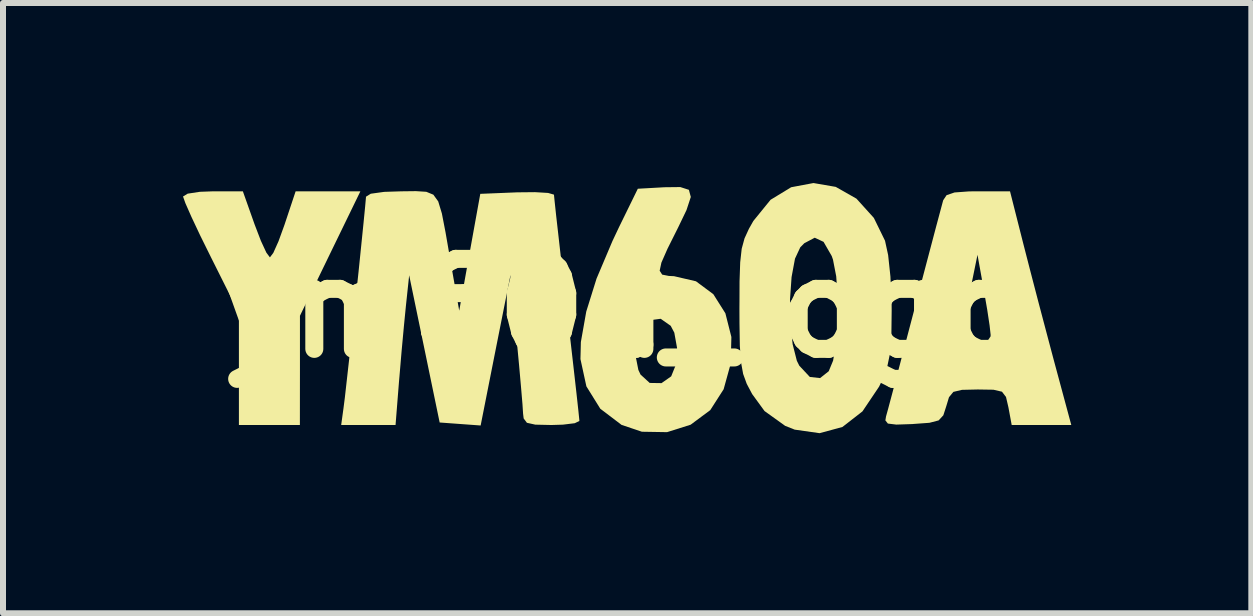
<source format=kicad_pcb>
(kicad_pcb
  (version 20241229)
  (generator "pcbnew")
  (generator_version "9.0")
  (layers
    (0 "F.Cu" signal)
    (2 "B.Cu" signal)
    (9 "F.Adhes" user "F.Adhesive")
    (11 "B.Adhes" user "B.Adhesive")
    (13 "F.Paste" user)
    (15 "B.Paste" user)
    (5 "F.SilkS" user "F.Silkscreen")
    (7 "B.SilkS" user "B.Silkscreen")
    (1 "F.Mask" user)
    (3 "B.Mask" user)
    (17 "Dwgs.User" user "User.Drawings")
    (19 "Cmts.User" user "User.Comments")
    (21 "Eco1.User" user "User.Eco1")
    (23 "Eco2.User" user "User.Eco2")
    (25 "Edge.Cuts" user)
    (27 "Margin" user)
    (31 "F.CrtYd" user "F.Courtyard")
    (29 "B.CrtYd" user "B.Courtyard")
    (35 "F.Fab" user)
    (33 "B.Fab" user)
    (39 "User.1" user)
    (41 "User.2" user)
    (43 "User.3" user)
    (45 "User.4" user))
  (footprint "ym60a_logo"
    (layer "F.Cu")
    (at 7.366 2.085)
    (property "Reference" "ym60a_logo" (at 0 0 0) (layer "F.SilkS") (effects (font (size 1.5 1.5) (thickness 0.3))))
    (attr board_only exclude_from_pos_files exclude_from_bom)
    (fp_poly (pts (xy -6.174 -1.397) (xy -6.069 -1.123) (xy -5.978 -0.926) (xy -5.919 -0.847) (xy -5.918 -0.847) (xy -5.862 -0.921) (xy -5.775 -1.115) (xy -5.676 -1.388) (xy -5.673 -1.397) (xy -5.49 -1.947) (xy -4.95 -1.947) (xy -4.411 -1.947) (xy -4.915 -0.91) (xy -5.418 0.127) (xy -5.418 1.037) (xy -5.419 1.947) (xy -5.927 1.947) (xy -6.435 1.947) (xy -6.435 1.015) (xy -6.435 0.082) (xy -6.9 -0.847) (xy -7.08 -1.211) (xy -7.227 -1.523) (xy -7.327 -1.75) (xy -7.366 -1.86) (xy -7.366 -1.861) (xy -7.289 -1.908) (xy -7.085 -1.939) (xy -6.867 -1.947) (xy -6.369 -1.947)) (stroke (width 0) (type solid)) (fill yes) (layer "F.SilkS"))
    (fp_poly (pts (xy 1.063 -1.972) (xy 1.095 -1.853) (xy 1.023 -1.634) (xy 0.885 -1.347) (xy 0.707 -0.991) (xy 0.605 -0.759) (xy 0.576 -0.624) (xy 0.618 -0.559) (xy 0.729 -0.537) (xy 0.815 -0.533) (xy 1.181 -0.448) (xy 1.47 -0.233) (xy 1.671 0.085) (xy 1.771 0.48) (xy 1.76 0.924) (xy 1.642 1.351) (xy 1.419 1.699) (xy 1.092 1.942) (xy 0.699 2.066) (xy 0.28 2.059) (xy -0.059 1.945) (xy -0.413 1.676) (xy -0.645 1.303) (xy -0.744 0.848) (xy -0.742 0.771) (xy 0.17 0.771) (xy 0.221 1.029) (xy 0.257 1.106) (xy 0.41 1.246) (xy 0.607 1.249) (xy 0.768 1.136) (xy 0.849 0.935) (xy 0.866 0.664) (xy 0.82 0.408) (xy 0.76 0.294) (xy 0.593 0.177) (xy 0.431 0.197) (xy 0.294 0.324) (xy 0.2 0.526) (xy 0.17 0.771) (xy -0.742 0.771) (xy -0.737 0.564) (xy -0.647 0.056) (xy -0.476 -0.492) (xy -0.211 -1.118) (xy -0.099 -1.355) (xy 0.212 -1.99) (xy 0.656 -2.015) (xy 0.92 -2.018)) (stroke (width 0) (type solid)) (fill yes) (layer "F.SilkS"))
    (fp_poly (pts (xy 3.51 -2.021) (xy 3.855 -1.825) (xy 4.145 -1.504) (xy 4.331 -1.124) (xy 4.383 -0.885) (xy 4.421 -0.529) (xy 4.441 -0.111) (xy 4.442 0.042) (xy 4.437 0.458) (xy 4.414 0.756) (xy 4.366 0.986) (xy 4.284 1.2) (xy 4.232 1.308) (xy 3.955 1.72) (xy 3.621 1.98) (xy 3.241 2.083) (xy 2.826 2.024) (xy 2.667 1.961) (xy 2.323 1.714) (xy 2.117 1.431) (xy 2.027 1.261) (xy 1.967 1.096) (xy 1.931 0.899) (xy 1.912 0.63) (xy 1.906 0.251) (xy 1.905 0) (xy 1.906 -0.145) (xy 2.748 -0.145) (xy 2.754 0.245) (xy 2.792 0.602) (xy 2.862 0.877) (xy 2.903 0.959) (xy 3.078 1.146) (xy 3.249 1.165) (xy 3.393 1.051) (xy 3.466 0.874) (xy 3.516 0.578) (xy 3.543 0.213) (xy 3.543 -0.173) (xy 3.518 -0.53) (xy 3.464 -0.809) (xy 3.443 -0.869) (xy 3.307 -1.105) (xy 3.16 -1.174) (xy 2.986 -1.082) (xy 2.919 -1.014) (xy 2.831 -0.825) (xy 2.774 -0.518) (xy 2.748 -0.145) (xy 1.906 -0.145) (xy 1.907 -0.447) (xy 1.918 -0.764) (xy 1.943 -0.99) (xy 1.99 -1.163) (xy 2.064 -1.324) (xy 2.137 -1.453) (xy 2.424 -1.806) (xy 2.767 -2.015) (xy 3.139 -2.085)) (stroke (width 0) (type solid)) (fill yes) (layer "F.SilkS"))
    (fp_poly (pts (xy 6.634 -1.079) (xy 6.748 -0.636) (xy 6.887 -0.102) (xy 7.033 0.45) (xy 7.144 0.868) (xy 7.435 1.947) (xy 6.939 1.947) (xy 6.442 1.947) (xy 6.387 1.651) (xy 6.347 1.48) (xy 6.28 1.392) (xy 6.138 1.359) (xy 5.877 1.355) (xy 5.613 1.361) (xy 5.47 1.395) (xy 5.397 1.484) (xy 5.353 1.63) (xy 5.303 1.785) (xy 5.225 1.87) (xy 5.072 1.91) (xy 4.798 1.93) (xy 4.793 1.931) (xy 4.519 1.94) (xy 4.379 1.923) (xy 4.337 1.87) (xy 4.348 1.804) (xy 4.383 1.677) (xy 4.453 1.415) (xy 4.551 1.044) (xy 4.67 0.591) (xy 4.699 0.48) (xy 5.611 0.48) (xy 5.628 0.564) (xy 5.684 0.592) (xy 5.78 0.594) (xy 5.835 0.593) (xy 6.027 0.565) (xy 6.09 0.47) (xy 6.091 0.445) (xy 6.074 0.29) (xy 6.034 0.025) (xy 5.979 -0.292) (xy 5.979 -0.296) (xy 5.872 -0.889) (xy 5.768 -0.381) (xy 5.683 0.035) (xy 5.629 0.313) (xy 5.611 0.48) (xy 4.699 0.48) (xy 4.803 0.085) (xy 4.825 0) (xy 4.959 -0.512) (xy 5.081 -0.974) (xy 5.183 -1.36) (xy 5.258 -1.64) (xy 5.298 -1.789) (xy 5.301 -1.799) (xy 5.357 -1.883) (xy 5.489 -1.928) (xy 5.734 -1.946) (xy 5.88 -1.947) (xy 6.414 -1.947)) (stroke (width 0) (type solid)) (fill yes) (layer "F.SilkS"))
    (fp_poly (pts (xy -3.312 -1.939) (xy -3.195 -1.891) (xy -3.114 -1.779) (xy -3.053 -1.578) (xy -2.992 -1.263) (xy -2.913 -0.808) (xy -2.913 -0.804) (xy -2.764 0.042) (xy -2.589 -0.931) (xy -2.413 -1.905) (xy -1.799 -1.93) (xy -1.501 -1.933) (xy -1.283 -1.92) (xy -1.186 -1.892) (xy -1.185 -1.888) (xy -1.175 -1.787) (xy -1.149 -1.544) (xy -1.108 -1.183) (xy -1.057 -0.731) (xy -0.997 -0.212) (xy -0.973 -0.004) (xy -0.911 0.533) (xy -0.856 1.014) (xy -0.811 1.412) (xy -0.779 1.703) (xy -0.763 1.86) (xy -0.762 1.88) (xy -0.839 1.917) (xy -1.036 1.941) (xy -1.228 1.947) (xy -1.496 1.941) (xy -1.636 1.91) (xy -1.69 1.838) (xy -1.7 1.757) (xy -1.71 1.601) (xy -1.734 1.317) (xy -1.767 0.945) (xy -1.807 0.523) (xy -1.808 0.508) (xy -1.91 -0.55) (xy -2.159 0.702) (xy -2.407 1.955) (xy -2.749 1.93) (xy -3.09 1.905) (xy -3.344 0.678) (xy -3.598 -0.548) (xy -3.652 -0.041) (xy -3.685 0.293) (xy -3.724 0.715) (xy -3.76 1.14) (xy -3.766 1.206) (xy -3.825 1.947) (xy -4.278 1.947) (xy -4.731 1.947) (xy -4.693 1.672) (xy -4.67 1.492) (xy -4.636 1.19) (xy -4.592 0.797) (xy -4.543 0.344) (xy -4.492 -0.135) (xy -4.441 -0.611) (xy -4.396 -1.051) (xy -4.358 -1.425) (xy -4.331 -1.7) (xy -4.318 -1.846) (xy -4.318 -1.857) (xy -4.238 -1.907) (xy -4.014 -1.938) (xy -3.731 -1.947) (xy -3.485 -1.95)) (stroke (width 0) (type solid)) (fill yes) (layer "F.SilkS")))
  (gr_rect
    (start -3 -3)
    (end 17.801 7.169)
    (stroke (width 0.1) (type default))
    (fill no)
    (layer "Edge.Cuts")))
</source>
